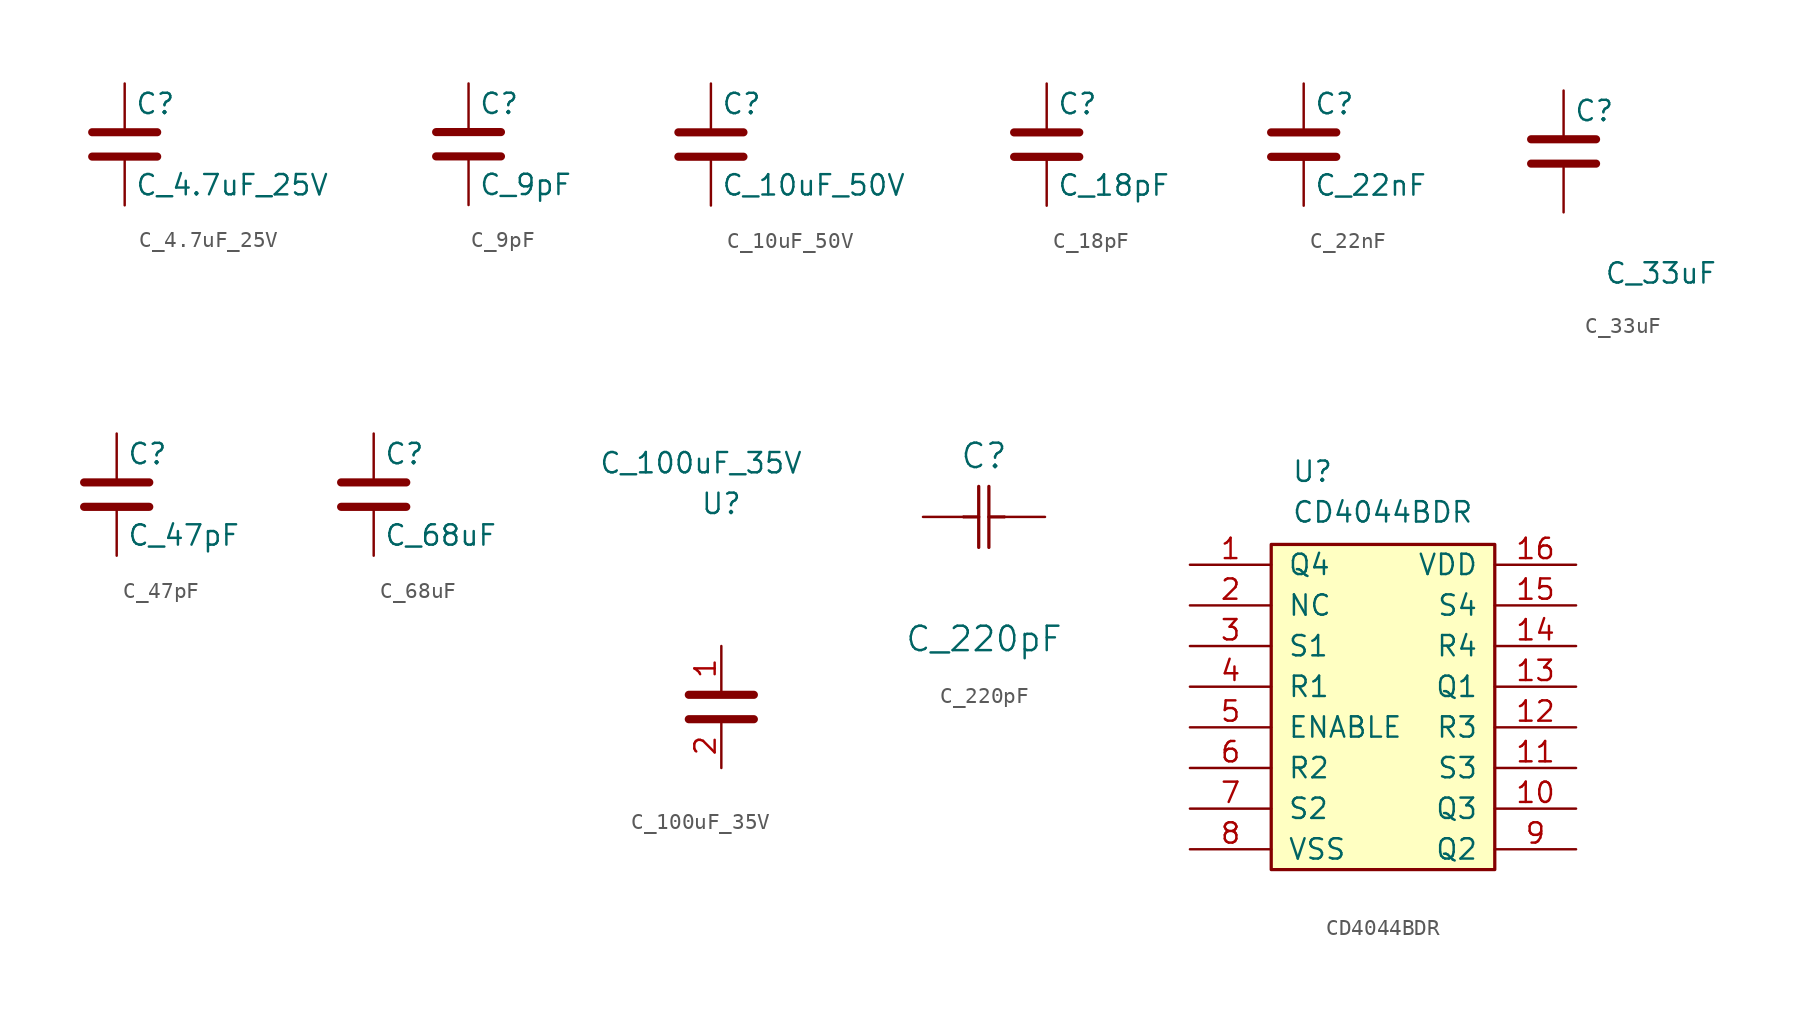
<source format=kicad_sym>
(kicad_symbol_lib
  (version 20211014)
  (generator kicad_symbol_editor)
  (symbol "C_4.7uF_25V"
    (pin_numbers hide)
    (pin_names
      (offset 0.254))
    (property "Reference" "C"
      (at 0.635 3.81 0)
      (effects (font (size 1.27 1.27)) (justify left)))
    (property "Value" "C_4.7uF_25V"
      (at 0.635 -1.27 0)
      (effects (font (size 1.27 1.27)) (justify left)))
    (symbol "C_4.7uF_25V_0_1"
      (polyline (pts (xy -2.032 0.508) (xy 2.032 0.508)) (stroke (width 0.508) (type default) (color 0 0 0 0)) (fill (type none)))
      (polyline (pts (xy -2.032 2.032) (xy 2.032 2.032)) (stroke (width 0.508) (type default) (color 0 0 0 0)) (fill (type none))))
    (symbol "C_4.7uF_25V_1_1"
      (pin passive line (at 0 5.08 270) (length 2.794) (name "~" (effects (font (size 1.27 1.27)))) (number "1" (effects (font (size 1.27 1.27)))))
      (pin passive line (at 0 -2.54 90) (length 2.794) (name "~" (effects (font (size 1.27 1.27)))) (number "2" (effects (font (size 1.27 1.27)))))))
  (symbol "C_9pF"
    (pin_numbers hide)
    (pin_names
      (offset 0.254))
    (property "Reference" "C"
      (at 0.635 2.54 0)
      (effects (font (size 1.27 1.27)) (justify left)))
    (property "Value" "C_9pF"
      (at 0.635 -2.54 0)
      (effects (font (size 1.27 1.27)) (justify left)))
    (symbol "C_9pF_0_1"
      (polyline (pts (xy -2.032 -0.762) (xy 2.032 -0.762)) (stroke (width 0.508) (type default) (color 0 0 0 0)) (fill (type none)))
      (polyline (pts (xy -2.032 0.762) (xy 2.032 0.762)) (stroke (width 0.508) (type default) (color 0 0 0 0)) (fill (type none))))
    (symbol "C_9pF_1_1"
      (pin passive line (at 0 3.81 270) (length 2.794) (name "~" (effects (font (size 1.27 1.27)))) (number "1" (effects (font (size 1.27 1.27)))))
      (pin passive line (at 0 -3.81 90) (length 2.794) (name "~" (effects (font (size 1.27 1.27)))) (number "2" (effects (font (size 1.27 1.27)))))))
  (symbol "C_10uF_50V"
    (pin_numbers hide)
    (pin_names
      (offset 0.254))
    (property "Reference" "C"
      (at 0.635 3.81 0)
      (effects (font (size 1.27 1.27)) (justify left)))
    (property "Value" "C_10uF_50V"
      (at 0.635 -1.27 0)
      (effects (font (size 1.27 1.27)) (justify left)))
    (symbol "C_10uF_50V_0_1"
      (polyline (pts (xy -2.032 0.508) (xy 2.032 0.508)) (stroke (width 0.508) (type default) (color 0 0 0 0)) (fill (type none)))
      (polyline (pts (xy -2.032 2.032) (xy 2.032 2.032)) (stroke (width 0.508) (type default) (color 0 0 0 0)) (fill (type none))))
    (symbol "C_10uF_50V_1_1"
      (pin passive line (at 0 5.08 270) (length 2.794) (name "~" (effects (font (size 1.27 1.27)))) (number "1" (effects (font (size 1.27 1.27)))))
      (pin passive line (at 0 -2.54 90) (length 2.794) (name "~" (effects (font (size 1.27 1.27)))) (number "2" (effects (font (size 1.27 1.27)))))))
  (symbol "C_18pF"
    (pin_numbers hide)
    (pin_names
      (offset 0.254))
    (property "Reference" "C"
      (at 0.635 2.54 0)
      (effects (font (size 1.27 1.27)) (justify left)))
    (property "Value" "C_18pF"
      (at 0.635 -2.54 0)
      (effects (font (size 1.27 1.27)) (justify left)))
    (symbol "C_18pF_0_1"
      (polyline (pts (xy -2.032 -0.762) (xy 2.032 -0.762)) (stroke (width 0.508) (type default) (color 0 0 0 0)) (fill (type none)))
      (polyline (pts (xy -2.032 0.762) (xy 2.032 0.762)) (stroke (width 0.508) (type default) (color 0 0 0 0)) (fill (type none))))
    (symbol "C_18pF_1_1"
      (pin passive line (at 0 3.81 270) (length 2.794) (name "~" (effects (font (size 1.27 1.27)))) (number "1" (effects (font (size 1.27 1.27)))))
      (pin passive line (at 0 -3.81 90) (length 2.794) (name "~" (effects (font (size 1.27 1.27)))) (number "2" (effects (font (size 1.27 1.27)))))))
  (symbol "C_22nF"
    (pin_numbers hide)
    (pin_names
      (offset 0.254))
    (property "Reference" "C"
      (at 0.635 2.54 0)
      (effects (font (size 1.27 1.27)) (justify left)))
    (property "Value" "C_22nF"
      (at 0.635 -2.54 0)
      (effects (font (size 1.27 1.27)) (justify left)))
    (symbol "C_22nF_0_1"
      (polyline (pts (xy -2.032 -0.762) (xy 2.032 -0.762)) (stroke (width 0.508) (type default) (color 0 0 0 0)) (fill (type none)))
      (polyline (pts (xy -2.032 0.762) (xy 2.032 0.762)) (stroke (width 0.508) (type default) (color 0 0 0 0)) (fill (type none))))
    (symbol "C_22nF_1_1"
      (pin passive line (at 0 3.81 270) (length 2.794) (name "~" (effects (font (size 1.27 1.27)))) (number "1" (effects (font (size 1.27 1.27)))))
      (pin passive line (at 0 -3.81 90) (length 2.794) (name "~" (effects (font (size 1.27 1.27)))) (number "2" (effects (font (size 1.27 1.27)))))))
  (symbol "C_33uF"
    (pin_numbers hide)
    (pin_names
      (offset 0.254))
    (property "Reference" "C"
      (at 0.635 2.54 0)
      (effects (font (size 1.27 1.27)) (justify left)))
    (property "Value" "C_33uF"
      (at 2.54 -7.62 0)
      (effects (font (size 1.27 1.27)) (justify left)))
    (symbol "C_33uF_0_1"
      (polyline (pts (xy -2.032 -0.762) (xy 2.032 -0.762)) (stroke (width 0.508) (type default) (color 0 0 0 0)) (fill (type none)))
      (polyline (pts (xy -2.032 0.762) (xy 2.032 0.762)) (stroke (width 0.508) (type default) (color 0 0 0 0)) (fill (type none))))
    (symbol "C_33uF_1_1"
      (pin passive line (at 0 3.81 270) (length 2.794) (name "~" (effects (font (size 1.27 1.27)))) (number "1" (effects (font (size 1.27 1.27)))))
      (pin passive line (at 0 -3.81 90) (length 2.794) (name "~" (effects (font (size 1.27 1.27)))) (number "2" (effects (font (size 1.27 1.27)))))))
  (symbol "C_47pF"
    (pin_numbers hide)
    (pin_names
      (offset 0.254))
    (property "Reference" "C"
      (at 0.635 3.81 0)
      (effects (font (size 1.27 1.27)) (justify left)))
    (property "Value" "C_47pF"
      (at 0.635 -1.27 0)
      (effects (font (size 1.27 1.27)) (justify left)))
    (symbol "C_47pF_0_1"
      (polyline (pts (xy -2.032 0.508) (xy 2.032 0.508)) (stroke (width 0.508) (type default) (color 0 0 0 0)) (fill (type none)))
      (polyline (pts (xy -2.032 2.032) (xy 2.032 2.032)) (stroke (width 0.508) (type default) (color 0 0 0 0)) (fill (type none))))
    (symbol "C_47pF_1_1"
      (pin passive line (at 0 5.08 270) (length 2.794) (name "~" (effects (font (size 1.27 1.27)))) (number "1" (effects (font (size 1.27 1.27)))))
      (pin passive line (at 0 -2.54 90) (length 2.794) (name "~" (effects (font (size 1.27 1.27)))) (number "2" (effects (font (size 1.27 1.27)))))))
  (symbol "C_68uF"
    (pin_numbers hide)
    (pin_names
      (offset 0.254))
    (property "Reference" "C"
      (at 0.635 2.54 0)
      (effects (font (size 1.27 1.27)) (justify left)))
    (property "Value" "C_68uF"
      (at 0.635 -2.54 0)
      (effects (font (size 1.27 1.27)) (justify left)))
    (symbol "C_68uF_0_1"
      (polyline (pts (xy -2.032 -0.762) (xy 2.032 -0.762)) (stroke (width 0.508) (type default) (color 0 0 0 0)) (fill (type none)))
      (polyline (pts (xy -2.032 0.762) (xy 2.032 0.762)) (stroke (width 0.508) (type default) (color 0 0 0 0)) (fill (type none))))
    (symbol "C_68uF_1_1"
      (pin passive line (at 0 3.81 270) (length 2.794) (name "~" (effects (font (size 1.27 1.27)))) (number "1" (effects (font (size 1.27 1.27)))))
      (pin passive line (at 0 -3.81 90) (length 2.794) (name "~" (effects (font (size 1.27 1.27)))) (number "2" (effects (font (size 1.27 1.27)))))))
  (symbol "C_100uF_35V"
    (pin_names
      (offset 1.016))
    (property "Reference" "U"
      (at 0 10.16 0)
      (effects (font (size 1.27 1.27))))
    (property "Value" "C_100uF_35V"
      (at -1.27 12.7 0)
      (effects (font (size 1.27 1.27))))
    (symbol "C_100uF_35V_1_1"
      (polyline (pts (xy -2.032 -3.302) (xy 2.032 -3.302)) (stroke (width 0.508) (type default) (color 0 0 0 0)) (fill (type none)))
      (polyline (pts (xy -2.032 -1.778) (xy 2.032 -1.778)) (stroke (width 0.508) (type default) (color 0 0 0 0)) (fill (type none)))
      (pin passive line (at 0 1.27 270) (length 2.794) (name "~" (effects (font (size 1.27 1.27)))) (number "1" (effects (font (size 1.27 1.27)))))
      (pin passive line (at 0 -6.35 90) (length 2.794) (name "~" (effects (font (size 1.27 1.27)))) (number "2" (effects (font (size 1.27 1.27)))))))
  (symbol "C_220pF"
    (pin_numbers hide)
    (pin_names
      (offset 1.651) hide)
    (property "Reference" "C"
      (at 3.81 3.81 0)
      (effects (font (size 1.524 1.524))))
    (property "Value" "C_220pF"
      (at 3.81 -7.62 0)
      (effects (font (size 1.524 1.524))))
    (symbol "C_220pF_1_1"
      (polyline (pts (xy 2.54 0) (xy 3.48 0)) (stroke (width 0.203) (type default) (color 0 0 0 0)) (fill (type none)))
      (polyline (pts (xy 3.48 -1.905) (xy 3.48 1.905)) (stroke (width 0.203) (type default) (color 0 0 0 0)) (fill (type none)))
      (polyline (pts (xy 4.115 -1.905) (xy 4.115 1.905)) (stroke (width 0.203) (type default) (color 0 0 0 0)) (fill (type none)))
      (polyline (pts (xy 4.115 0) (xy 5.08 0)) (stroke (width 0.203) (type default) (color 0 0 0 0)) (fill (type none)))
      (pin unspecified line (at 0 0 0) (length 2.54) (name "1" (effects (font (size 1.499 1.499)))) (number "1" (effects (font (size 1.499 1.499)))))
      (pin unspecified line (at 7.62 0 180) (length 2.54) (name "2" (effects (font (size 1.499 1.499)))) (number "2" (effects (font (size 1.499 1.499)))))))
  (symbol "CD4044BDR"
    (pin_names
      (offset 1.016))
    (property "Reference" "U"
      (at -11.43 22.86 0)
      (effects (font (size 1.27 1.27)) (justify left bottom)))
    (property "Value" "CD4044BDR"
      (at -11.43 20.32 0)
      (effects (font (size 1.27 1.27)) (justify left bottom)))
    (symbol "CD4044BDR_0_0"
      (rectangle (start -12.7 -1.27) (end 1.27 19.05) (stroke (width 0.203) (type default) (color 0 0 0 0)) (fill (type background)))
      (pin output line (at -17.78 17.78 0) (length 5.08) (name "Q4" (effects (font (size 1.27 1.27)))) (number "1" (effects (font (size 1.27 1.27)))))
      (pin output line (at 6.35 2.54 180) (length 5.08) (name "Q3" (effects (font (size 1.27 1.27)))) (number "10" (effects (font (size 1.27 1.27)))))
      (pin input line (at 6.35 5.08 180) (length 5.08) (name "S3" (effects (font (size 1.27 1.27)))) (number "11" (effects (font (size 1.27 1.27)))))
      (pin input line (at 6.35 7.62 180) (length 5.08) (name "R3" (effects (font (size 1.27 1.27)))) (number "12" (effects (font (size 1.27 1.27)))))
      (pin output line (at 6.35 10.16 180) (length 5.08) (name "Q1" (effects (font (size 1.27 1.27)))) (number "13" (effects (font (size 1.27 1.27)))))
      (pin input line (at 6.35 12.7 180) (length 5.08) (name "R4" (effects (font (size 1.27 1.27)))) (number "14" (effects (font (size 1.27 1.27)))))
      (pin input line (at 6.35 15.24 180) (length 5.08) (name "S4" (effects (font (size 1.27 1.27)))) (number "15" (effects (font (size 1.27 1.27)))))
      (pin power_in line (at 6.35 17.78 180) (length 5.08) (name "VDD" (effects (font (size 1.27 1.27)))) (number "16" (effects (font (size 1.27 1.27)))))
      (pin input line (at -17.78 15.24 0) (length 5.08) (name "NC" (effects (font (size 1.27 1.27)))) (number "2" (effects (font (size 1.27 1.27)))))
      (pin input line (at -17.78 12.7 0) (length 5.08) (name "S1" (effects (font (size 1.27 1.27)))) (number "3" (effects (font (size 1.27 1.27)))))
      (pin input line (at -17.78 10.16 0) (length 5.08) (name "R1" (effects (font (size 1.27 1.27)))) (number "4" (effects (font (size 1.27 1.27)))))
      (pin input line (at -17.78 7.62 0) (length 5.08) (name "ENABLE" (effects (font (size 1.27 1.27)))) (number "5" (effects (font (size 1.27 1.27)))))
      (pin input line (at -17.78 5.08 0) (length 5.08) (name "R2" (effects (font (size 1.27 1.27)))) (number "6" (effects (font (size 1.27 1.27)))))
      (pin input line (at -17.78 2.54 0) (length 5.08) (name "S2" (effects (font (size 1.27 1.27)))) (number "7" (effects (font (size 1.27 1.27)))))
      (pin power_in line (at -17.78 0 0) (length 5.08) (name "VSS" (effects (font (size 1.27 1.27)))) (number "8" (effects (font (size 1.27 1.27)))))
      (pin output line (at 6.35 0 180) (length 5.08) (name "Q2" (effects (font (size 1.27 1.27)))) (number "9" (effects (font (size 1.27 1.27))))))))
</source>
